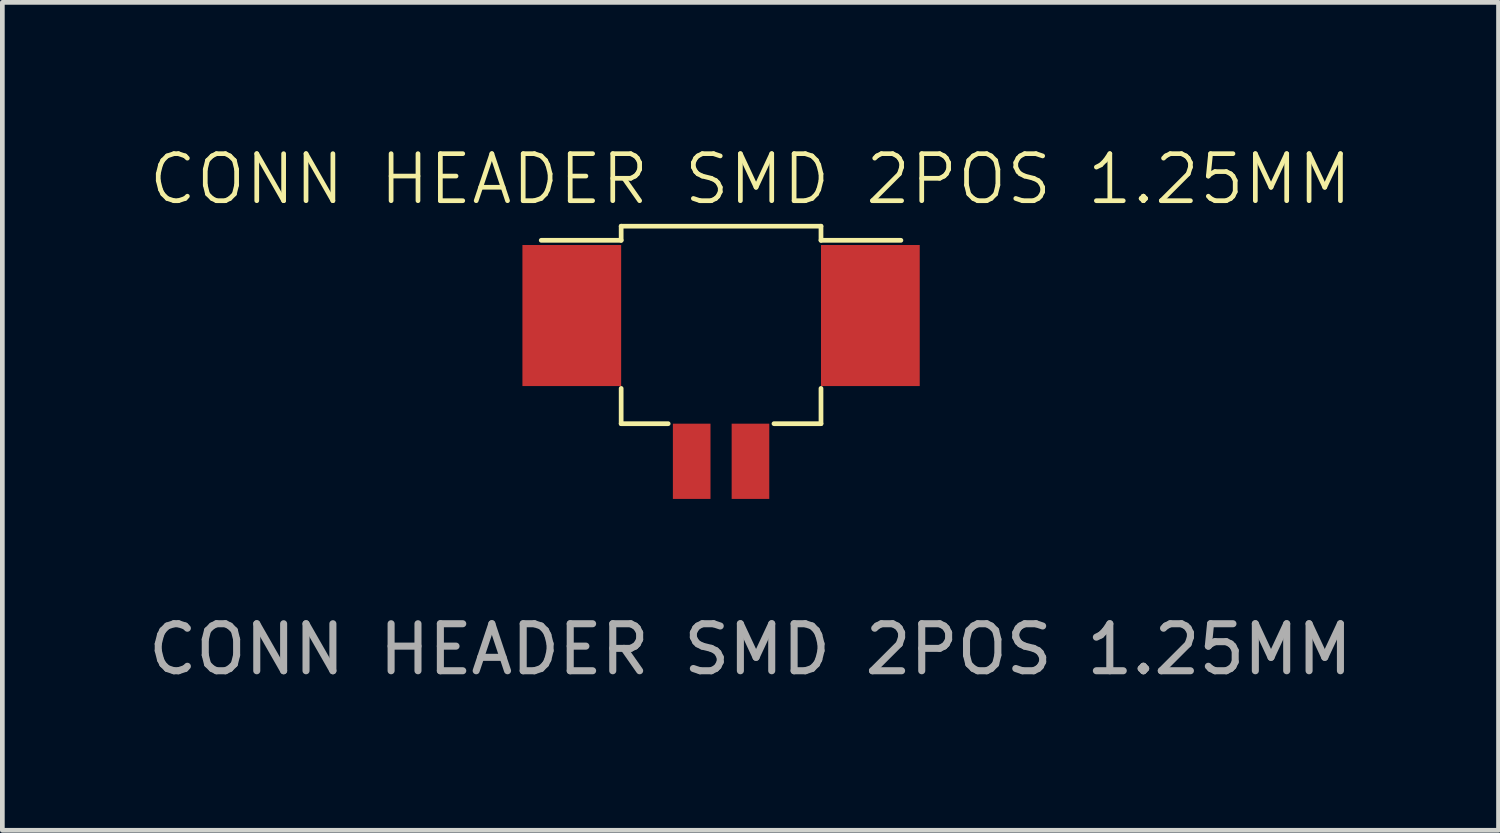
<source format=kicad_pcb>
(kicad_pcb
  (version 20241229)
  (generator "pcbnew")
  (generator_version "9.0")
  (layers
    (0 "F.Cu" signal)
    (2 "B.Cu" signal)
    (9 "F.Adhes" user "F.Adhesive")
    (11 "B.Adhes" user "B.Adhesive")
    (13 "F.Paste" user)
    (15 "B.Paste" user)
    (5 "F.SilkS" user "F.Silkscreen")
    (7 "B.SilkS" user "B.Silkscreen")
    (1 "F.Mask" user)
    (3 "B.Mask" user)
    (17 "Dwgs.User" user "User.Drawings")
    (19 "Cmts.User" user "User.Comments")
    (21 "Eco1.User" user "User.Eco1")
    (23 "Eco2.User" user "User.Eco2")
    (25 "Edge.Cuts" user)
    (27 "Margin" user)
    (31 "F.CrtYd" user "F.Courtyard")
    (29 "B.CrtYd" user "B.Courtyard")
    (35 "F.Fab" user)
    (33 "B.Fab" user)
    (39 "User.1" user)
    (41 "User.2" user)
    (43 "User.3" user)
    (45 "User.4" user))
  (footprint "CONN HEADER SMD 2POS 1.25MM"
    (layer "F.Cu")
    (at 12.911 6.761)
    (property "Reference" "CONN HEADER SMD 2POS 1.25MM" (at 0 -6 0) (unlocked yes) (layer "F.SilkS") (effects (font (size 1 1) (thickness 0.1))))
    (attr smd)
    (fp_line (start -4.45 -4.7) (end -2.75 -4.7) (stroke (width 0.1) (type default)) (layer "F.SilkS"))
    (fp_line (start -2.75 -5) (end -2.75 -4.7) (stroke (width 0.1) (type default)) (layer "F.SilkS"))
    (fp_line (start -2.75 -1.55) (end -2.75 -0.8) (stroke (width 0.1) (type default)) (layer "F.SilkS"))
    (fp_line (start -2.75 -0.8) (end -1.75 -0.8) (stroke (width 0.1) (type default)) (layer "F.SilkS"))
    (fp_line (start 0.5 -0.8) (end 1.5 -0.8) (stroke (width 0.1) (type default)) (layer "F.SilkS"))
    (fp_line (start 1.5 -5) (end -2.75 -5) (stroke (width 0.1) (type default)) (layer "F.SilkS"))
    (fp_line (start 1.5 -4.7) (end 1.5 -5) (stroke (width 0.1) (type default)) (layer "F.SilkS"))
    (fp_line (start 1.5 -1.55) (end 1.5 -0.8) (stroke (width 0.1) (type default)) (layer "F.SilkS"))
    (fp_line (start 3.2 -4.7) (end 1.5 -4.7) (stroke (width 0.1) (type default)) (layer "F.SilkS"))
    (fp_text user "${REFERENCE}" (at 0 4 0) (unlocked yes) (layer "F.Fab") (effects (font (size 1 1) (thickness 0.15))))
    (pad "1" smd rect (at 0 0) (size 0.8 1.6) (layers "F.Cu" "F.Mask" "F.Paste"))
    (pad "2" smd rect (at -1.25 0) (size 0.8 1.6) (layers "F.Cu" "F.Mask" "F.Paste"))
    (pad "3" smd rect (at -3.8 -3.1) (size 2.1 3) (layers "F.Cu" "F.Mask" "F.Paste"))
    (pad "3" smd rect (at 2.55 -3.1) (size 2.1 3) (layers "F.Cu" "F.Mask" "F.Paste")))
  (gr_rect
    (start -3 -3)
    (end 28.821 14.609)
    (stroke (width 0.1) (type default))
    (fill no)
    (layer "Edge.Cuts")))
</source>
